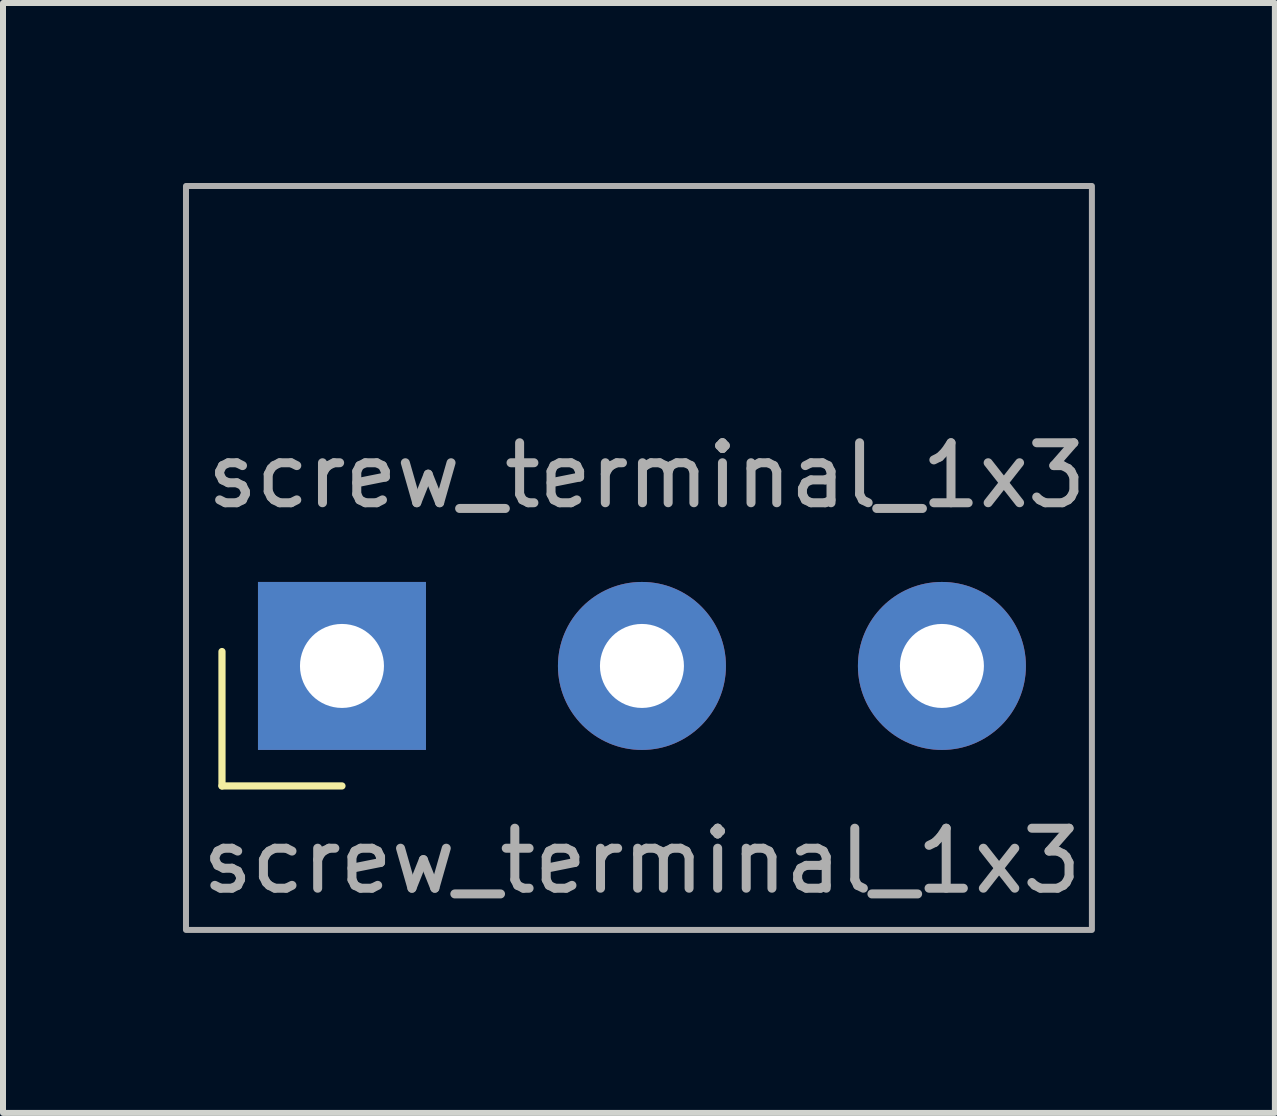
<source format=kicad_pcb>
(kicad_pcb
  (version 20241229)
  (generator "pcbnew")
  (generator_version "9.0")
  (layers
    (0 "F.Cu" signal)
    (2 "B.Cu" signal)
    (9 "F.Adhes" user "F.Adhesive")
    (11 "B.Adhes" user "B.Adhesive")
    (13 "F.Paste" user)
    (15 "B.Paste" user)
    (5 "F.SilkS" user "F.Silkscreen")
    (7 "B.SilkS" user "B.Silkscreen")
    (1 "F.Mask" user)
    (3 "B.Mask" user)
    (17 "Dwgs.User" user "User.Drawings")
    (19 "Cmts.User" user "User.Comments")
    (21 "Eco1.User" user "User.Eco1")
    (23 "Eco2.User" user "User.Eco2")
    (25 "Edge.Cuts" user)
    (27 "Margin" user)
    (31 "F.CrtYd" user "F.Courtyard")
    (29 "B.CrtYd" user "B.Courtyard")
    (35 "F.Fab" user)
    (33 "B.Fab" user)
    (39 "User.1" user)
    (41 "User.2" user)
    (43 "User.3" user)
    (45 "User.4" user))
  (footprint "screw_terminal_1x3"
    (layer "F.Cu")
    (at 2.65 8.05)
    (property "Reference" "screw_terminal_1x3" (at 5.08 -3.175 180) (layer "F.Fab") (effects (font (size 1 1) (thickness 0.15))))
    (attr through_hole)
    (fp_line (start -2 -0.24) (end -2 2) (stroke (width 0.12) (type solid)) (layer "F.SilkS"))
    (fp_line (start -2 2) (end 0 2) (stroke (width 0.12) (type solid)) (layer "F.SilkS"))
    (fp_rect (start -2.6 -8) (end 12.5 4.4) (stroke (width 0.1) (type solid)) (fill no) (layer "F.Fab"))
    (fp_text user "${REFERENCE}" (at 5 3.25 180) (layer "F.Fab") (effects (font (size 1 1) (thickness 0.15))))
    (pad "1" thru_hole rect (at 0 0) (size 2.8 2.8) (drill 1.4) (layers "*.Cu" "*.Mask"))
    (pad "2" thru_hole circle (at 5 0) (size 2.8 2.8) (drill 1.4) (layers "*.Cu" "*.Mask"))
    (pad "3" thru_hole circle (at 10 0) (size 2.8 2.8) (drill 1.4) (layers "*.Cu" "*.Mask")))
  (gr_rect
    (start -3 -3)
    (end 18.2 15.5)
    (stroke (width 0.1) (type default))
    (fill no)
    (layer "Edge.Cuts")))
</source>
